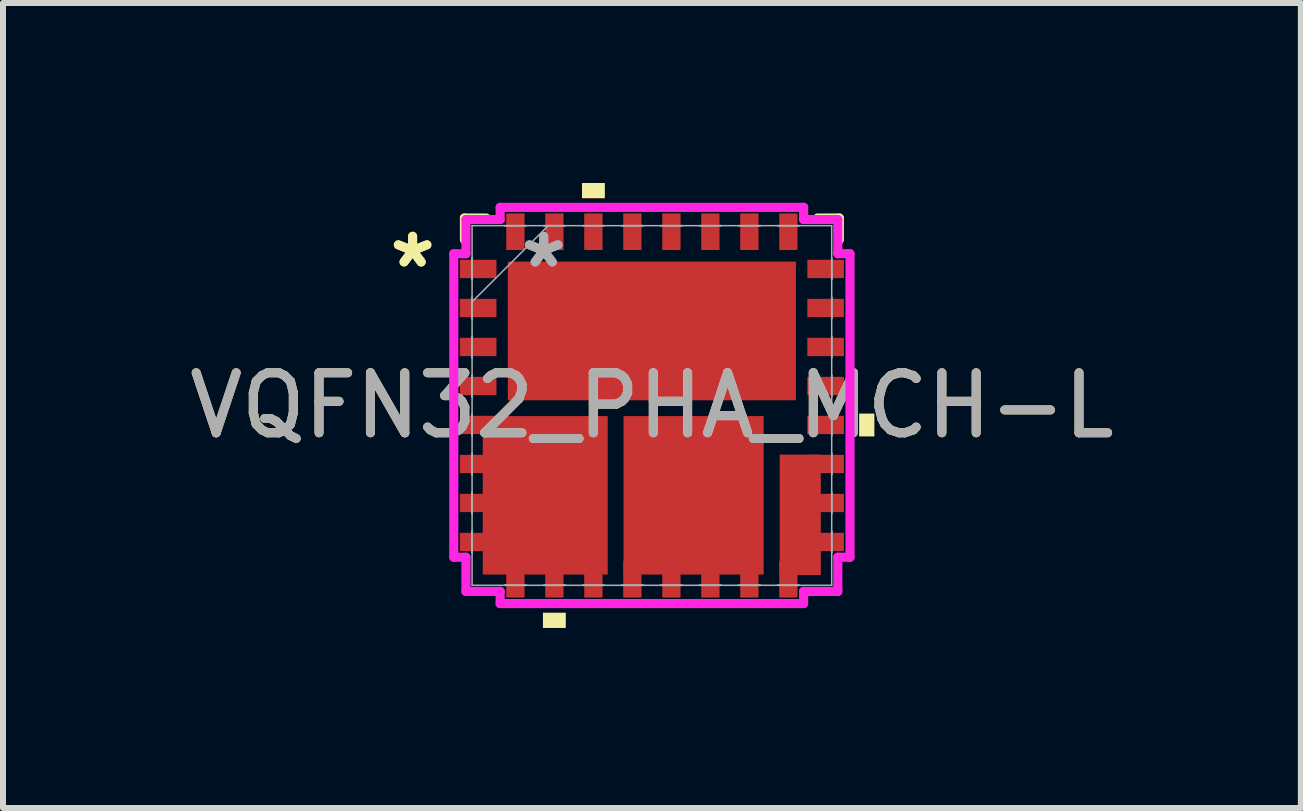
<source format=kicad_pcb>
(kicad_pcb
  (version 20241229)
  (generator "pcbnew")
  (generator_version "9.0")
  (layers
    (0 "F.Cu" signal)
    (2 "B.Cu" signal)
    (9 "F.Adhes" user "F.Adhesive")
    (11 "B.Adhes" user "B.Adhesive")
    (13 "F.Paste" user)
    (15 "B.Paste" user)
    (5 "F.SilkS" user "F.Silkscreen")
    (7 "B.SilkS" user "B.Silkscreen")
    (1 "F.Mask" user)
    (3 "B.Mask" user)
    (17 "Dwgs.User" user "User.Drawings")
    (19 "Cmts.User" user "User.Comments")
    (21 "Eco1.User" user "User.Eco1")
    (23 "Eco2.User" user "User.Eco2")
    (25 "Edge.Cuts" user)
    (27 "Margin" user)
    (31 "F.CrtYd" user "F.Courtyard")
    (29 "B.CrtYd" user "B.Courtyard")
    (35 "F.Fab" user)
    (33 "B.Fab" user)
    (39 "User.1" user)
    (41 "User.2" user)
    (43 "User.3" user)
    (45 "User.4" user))
  (footprint "VQFN32_PHA_MCH-L"
    (layer "F.Cu")
    (at 7.815 3.708)
    (property "Reference" "VQFN32_PHA_MCH-L" (at 0 0 0) (unlocked yes) (layer "F.SilkS") (effects (font (size 1 1) (thickness 0.15))))
    (attr smd)
    (fp_poly (pts (xy -2.819 0.177) (xy -0.736 0.177) (xy -0.736 2.818) (xy -2.819 2.818)) (stroke (width 0) (type solid)) (fill yes) (layer "F.Cu"))
    (fp_poly (pts (xy -0.473 0.177) (xy 1.863 0.177) (xy 1.863 2.818) (xy -0.473 2.818)) (stroke (width 0) (type solid)) (fill yes) (layer "F.Cu"))
    (fp_poly (pts (xy 2.13 0.819) (xy 2.815 0.819) (xy 2.815 2.826) (xy 2.13 2.826)) (stroke (width 0) (type solid)) (fill yes) (layer "F.Cu"))
    (fp_poly (pts (xy -2.819 0.177) (xy -0.736 0.177) (xy -0.736 2.818) (xy -2.819 2.818)) (stroke (width 0) (type solid)) (fill yes) (layer "F.Mask"))
    (fp_poly (pts (xy -0.473 0.177) (xy 1.863 0.177) (xy 1.863 2.818) (xy -0.473 2.818)) (stroke (width 0) (type solid)) (fill yes) (layer "F.Mask"))
    (fp_poly (pts (xy 2.13 0.819) (xy 2.815 0.819) (xy 2.815 2.826) (xy 2.13 2.826)) (stroke (width 0) (type solid)) (fill yes) (layer "F.Mask"))
    (fp_line (start -3.124 -3.124) (end -3.124 -2.76) (stroke (width 0.152) (type solid)) (layer "F.SilkS"))
    (fp_line (start -2.76 -3.124) (end -3.124 -3.124) (stroke (width 0.152) (type solid)) (layer "F.SilkS"))
    (fp_line (start 3.124 -3.124) (end 2.76 -3.124) (stroke (width 0.152) (type solid)) (layer "F.SilkS"))
    (fp_line (start 3.124 -2.76) (end 3.124 -3.124) (stroke (width 0.152) (type solid)) (layer "F.SilkS"))
    (fp_poly (pts (xy -1.816 3.454) (xy -1.816 3.708) (xy -1.435 3.708) (xy -1.435 3.454)) (stroke (width 0) (type solid)) (fill yes) (layer "F.SilkS"))
    (fp_poly (pts (xy -1.165 -3.454) (xy -1.165 -3.708) (xy -0.784 -3.708) (xy -0.784 -3.454)) (stroke (width 0) (type solid)) (fill yes) (layer "F.SilkS"))
    (fp_poly (pts (xy 3.708 0.135) (xy 3.708 0.516) (xy 3.454 0.516) (xy 3.454 0.135)) (stroke (width 0) (type solid)) (fill yes) (layer "F.SilkS"))
    (fp_poly (pts (xy -2.819 0.177) (xy -0.736 0.177) (xy -0.736 2.818) (xy -2.819 2.818)) (stroke (width 0) (type solid)) (fill yes) (layer "F.Paste"))
    (fp_poly (pts (xy -0.473 0.177) (xy 1.863 0.177) (xy 1.863 2.818) (xy -0.473 2.818)) (stroke (width 0) (type solid)) (fill yes) (layer "F.Paste"))
    (fp_poly (pts (xy 2.13 0.819) (xy 2.815 0.819) (xy 2.815 2.826) (xy 2.13 2.826)) (stroke (width 0) (type solid)) (fill yes) (layer "F.Paste"))
    (fp_line (start -3.302 -2.529) (end -3.099 -2.529) (stroke (width 0.152) (type solid)) (layer "F.CrtYd"))
    (fp_line (start -3.302 2.529) (end -3.302 -2.529) (stroke (width 0.152) (type solid)) (layer "F.CrtYd"))
    (fp_line (start -3.099 -3.099) (end -2.529 -3.099) (stroke (width 0.152) (type solid)) (layer "F.CrtYd"))
    (fp_line (start -3.099 -2.529) (end -3.099 -3.099) (stroke (width 0.152) (type solid)) (layer "F.CrtYd"))
    (fp_line (start -3.099 2.529) (end -3.302 2.529) (stroke (width 0.152) (type solid)) (layer "F.CrtYd"))
    (fp_line (start -3.099 3.099) (end -3.099 2.529) (stroke (width 0.152) (type solid)) (layer "F.CrtYd"))
    (fp_line (start -2.529 -3.302) (end 2.529 -3.302) (stroke (width 0.152) (type solid)) (layer "F.CrtYd"))
    (fp_line (start -2.529 -3.099) (end -2.529 -3.302) (stroke (width 0.152) (type solid)) (layer "F.CrtYd"))
    (fp_line (start -2.529 3.099) (end -3.099 3.099) (stroke (width 0.152) (type solid)) (layer "F.CrtYd"))
    (fp_line (start -2.529 3.302) (end -2.529 3.099) (stroke (width 0.152) (type solid)) (layer "F.CrtYd"))
    (fp_line (start 2.529 -3.302) (end 2.529 -3.099) (stroke (width 0.152) (type solid)) (layer "F.CrtYd"))
    (fp_line (start 2.529 -3.099) (end 3.099 -3.099) (stroke (width 0.152) (type solid)) (layer "F.CrtYd"))
    (fp_line (start 2.529 3.099) (end 2.529 3.302) (stroke (width 0.152) (type solid)) (layer "F.CrtYd"))
    (fp_line (start 2.529 3.302) (end -2.529 3.302) (stroke (width 0.152) (type solid)) (layer "F.CrtYd"))
    (fp_line (start 3.099 -3.099) (end 3.099 -2.529) (stroke (width 0.152) (type solid)) (layer "F.CrtYd"))
    (fp_line (start 3.099 -2.529) (end 3.302 -2.529) (stroke (width 0.152) (type solid)) (layer "F.CrtYd"))
    (fp_line (start 3.099 2.529) (end 3.099 3.099) (stroke (width 0.152) (type solid)) (layer "F.CrtYd"))
    (fp_line (start 3.099 3.099) (end 2.529 3.099) (stroke (width 0.152) (type solid)) (layer "F.CrtYd"))
    (fp_line (start 3.302 -2.529) (end 3.302 2.529) (stroke (width 0.152) (type solid)) (layer "F.CrtYd"))
    (fp_line (start 3.302 2.529) (end 3.099 2.529) (stroke (width 0.152) (type solid)) (layer "F.CrtYd"))
    (fp_line (start -2.997 -2.997) (end -2.997 2.997) (stroke (width 0.025) (type solid)) (layer "F.Fab"))
    (fp_line (start -2.997 -2.453) (end -2.997 -2.453) (stroke (width 0.025) (type solid)) (layer "F.Fab"))
    (fp_line (start -2.997 -2.453) (end -2.997 -2.097) (stroke (width 0.025) (type solid)) (layer "F.Fab"))
    (fp_line (start -2.997 -2.097) (end -2.997 -2.453) (stroke (width 0.025) (type solid)) (layer "F.Fab"))
    (fp_line (start -2.997 -2.097) (end -2.997 -2.097) (stroke (width 0.025) (type solid)) (layer "F.Fab"))
    (fp_line (start -2.997 -1.803) (end -2.997 -1.803) (stroke (width 0.025) (type solid)) (layer "F.Fab"))
    (fp_line (start -2.997 -1.803) (end -2.997 -1.447) (stroke (width 0.025) (type solid)) (layer "F.Fab"))
    (fp_line (start -2.997 -1.727) (end -1.727 -2.997) (stroke (width 0.025) (type solid)) (layer "F.Fab"))
    (fp_line (start -2.997 -1.447) (end -2.997 -1.803) (stroke (width 0.025) (type solid)) (layer "F.Fab"))
    (fp_line (start -2.997 -1.447) (end -2.997 -1.447) (stroke (width 0.025) (type solid)) (layer "F.Fab"))
    (fp_line (start -2.997 -1.153) (end -2.997 -1.153) (stroke (width 0.025) (type solid)) (layer "F.Fab"))
    (fp_line (start -2.997 -1.153) (end -2.997 -0.797) (stroke (width 0.025) (type solid)) (layer "F.Fab"))
    (fp_line (start -2.997 -0.797) (end -2.997 -1.153) (stroke (width 0.025) (type solid)) (layer "F.Fab"))
    (fp_line (start -2.997 -0.797) (end -2.997 -0.797) (stroke (width 0.025) (type solid)) (layer "F.Fab"))
    (fp_line (start -2.997 -0.503) (end -2.997 -0.503) (stroke (width 0.025) (type solid)) (layer "F.Fab"))
    (fp_line (start -2.997 -0.503) (end -2.997 -0.147) (stroke (width 0.025) (type solid)) (layer "F.Fab"))
    (fp_line (start -2.997 -0.147) (end -2.997 -0.503) (stroke (width 0.025) (type solid)) (layer "F.Fab"))
    (fp_line (start -2.997 -0.147) (end -2.997 -0.147) (stroke (width 0.025) (type solid)) (layer "F.Fab"))
    (fp_line (start -2.997 0.147) (end -2.997 0.147) (stroke (width 0.025) (type solid)) (layer "F.Fab"))
    (fp_line (start -2.997 0.147) (end -2.997 0.503) (stroke (width 0.025) (type solid)) (layer "F.Fab"))
    (fp_line (start -2.997 0.503) (end -2.997 0.147) (stroke (width 0.025) (type solid)) (layer "F.Fab"))
    (fp_line (start -2.997 0.503) (end -2.997 0.503) (stroke (width 0.025) (type solid)) (layer "F.Fab"))
    (fp_line (start -2.997 0.797) (end -2.997 0.797) (stroke (width 0.025) (type solid)) (layer "F.Fab"))
    (fp_line (start -2.997 0.797) (end -2.997 1.153) (stroke (width 0.025) (type solid)) (layer "F.Fab"))
    (fp_line (start -2.997 1.153) (end -2.997 0.797) (stroke (width 0.025) (type solid)) (layer "F.Fab"))
    (fp_line (start -2.997 1.153) (end -2.997 1.153) (stroke (width 0.025) (type solid)) (layer "F.Fab"))
    (fp_line (start -2.997 1.447) (end -2.997 1.447) (stroke (width 0.025) (type solid)) (layer "F.Fab"))
    (fp_line (start -2.997 1.447) (end -2.997 1.803) (stroke (width 0.025) (type solid)) (layer "F.Fab"))
    (fp_line (start -2.997 1.803) (end -2.997 1.447) (stroke (width 0.025) (type solid)) (layer "F.Fab"))
    (fp_line (start -2.997 1.803) (end -2.997 1.803) (stroke (width 0.025) (type solid)) (layer "F.Fab"))
    (fp_line (start -2.997 2.097) (end -2.997 2.097) (stroke (width 0.025) (type solid)) (layer "F.Fab"))
    (fp_line (start -2.997 2.097) (end -2.997 2.453) (stroke (width 0.025) (type solid)) (layer "F.Fab"))
    (fp_line (start -2.997 2.453) (end -2.997 2.097) (stroke (width 0.025) (type solid)) (layer "F.Fab"))
    (fp_line (start -2.997 2.453) (end -2.997 2.453) (stroke (width 0.025) (type solid)) (layer "F.Fab"))
    (fp_line (start -2.997 2.997) (end 2.997 2.997) (stroke (width 0.025) (type solid)) (layer "F.Fab"))
    (fp_line (start -2.453 -2.997) (end -2.453 -2.997) (stroke (width 0.025) (type solid)) (layer "F.Fab"))
    (fp_line (start -2.453 -2.997) (end -2.097 -2.997) (stroke (width 0.025) (type solid)) (layer "F.Fab"))
    (fp_line (start -2.453 2.997) (end -2.453 2.997) (stroke (width 0.025) (type solid)) (layer "F.Fab"))
    (fp_line (start -2.453 2.997) (end -2.097 2.997) (stroke (width 0.025) (type solid)) (layer "F.Fab"))
    (fp_line (start -2.097 -2.997) (end -2.453 -2.997) (stroke (width 0.025) (type solid)) (layer "F.Fab"))
    (fp_line (start -2.097 -2.997) (end -2.097 -2.997) (stroke (width 0.025) (type solid)) (layer "F.Fab"))
    (fp_line (start -2.097 2.997) (end -2.453 2.997) (stroke (width 0.025) (type solid)) (layer "F.Fab"))
    (fp_line (start -2.097 2.997) (end -2.097 2.997) (stroke (width 0.025) (type solid)) (layer "F.Fab"))
    (fp_line (start -1.803 -2.997) (end -1.803 -2.997) (stroke (width 0.025) (type solid)) (layer "F.Fab"))
    (fp_line (start -1.803 -2.997) (end -1.447 -2.997) (stroke (width 0.025) (type solid)) (layer "F.Fab"))
    (fp_line (start -1.803 2.997) (end -1.803 2.997) (stroke (width 0.025) (type solid)) (layer "F.Fab"))
    (fp_line (start -1.803 2.997) (end -1.447 2.997) (stroke (width 0.025) (type solid)) (layer "F.Fab"))
    (fp_line (start -1.447 -2.997) (end -1.803 -2.997) (stroke (width 0.025) (type solid)) (layer "F.Fab"))
    (fp_line (start -1.447 -2.997) (end -1.447 -2.997) (stroke (width 0.025) (type solid)) (layer "F.Fab"))
    (fp_line (start -1.447 2.997) (end -1.803 2.997) (stroke (width 0.025) (type solid)) (layer "F.Fab"))
    (fp_line (start -1.447 2.997) (end -1.447 2.997) (stroke (width 0.025) (type solid)) (layer "F.Fab"))
    (fp_line (start -1.153 -2.997) (end -1.153 -2.997) (stroke (width 0.025) (type solid)) (layer "F.Fab"))
    (fp_line (start -1.153 -2.997) (end -0.797 -2.997) (stroke (width 0.025) (type solid)) (layer "F.Fab"))
    (fp_line (start -1.153 2.997) (end -1.153 2.997) (stroke (width 0.025) (type solid)) (layer "F.Fab"))
    (fp_line (start -1.153 2.997) (end -0.797 2.997) (stroke (width 0.025) (type solid)) (layer "F.Fab"))
    (fp_line (start -0.797 -2.997) (end -1.153 -2.997) (stroke (width 0.025) (type solid)) (layer "F.Fab"))
    (fp_line (start -0.797 -2.997) (end -0.797 -2.997) (stroke (width 0.025) (type solid)) (layer "F.Fab"))
    (fp_line (start -0.797 2.997) (end -1.153 2.997) (stroke (width 0.025) (type solid)) (layer "F.Fab"))
    (fp_line (start -0.797 2.997) (end -0.797 2.997) (stroke (width 0.025) (type solid)) (layer "F.Fab"))
    (fp_line (start -0.503 -2.997) (end -0.503 -2.997) (stroke (width 0.025) (type solid)) (layer "F.Fab"))
    (fp_line (start -0.503 -2.997) (end -0.147 -2.997) (stroke (width 0.025) (type solid)) (layer "F.Fab"))
    (fp_line (start -0.503 2.997) (end -0.503 2.997) (stroke (width 0.025) (type solid)) (layer "F.Fab"))
    (fp_line (start -0.503 2.997) (end -0.147 2.997) (stroke (width 0.025) (type solid)) (layer "F.Fab"))
    (fp_line (start -0.147 -2.997) (end -0.503 -2.997) (stroke (width 0.025) (type solid)) (layer "F.Fab"))
    (fp_line (start -0.147 -2.997) (end -0.147 -2.997) (stroke (width 0.025) (type solid)) (layer "F.Fab"))
    (fp_line (start -0.147 2.997) (end -0.503 2.997) (stroke (width 0.025) (type solid)) (layer "F.Fab"))
    (fp_line (start -0.147 2.997) (end -0.147 2.997) (stroke (width 0.025) (type solid)) (layer "F.Fab"))
    (fp_line (start 0.147 -2.997) (end 0.147 -2.997) (stroke (width 0.025) (type solid)) (layer "F.Fab"))
    (fp_line (start 0.147 -2.997) (end 0.503 -2.997) (stroke (width 0.025) (type solid)) (layer "F.Fab"))
    (fp_line (start 0.147 2.997) (end 0.147 2.997) (stroke (width 0.025) (type solid)) (layer "F.Fab"))
    (fp_line (start 0.147 2.997) (end 0.503 2.997) (stroke (width 0.025) (type solid)) (layer "F.Fab"))
    (fp_line (start 0.503 -2.997) (end 0.147 -2.997) (stroke (width 0.025) (type solid)) (layer "F.Fab"))
    (fp_line (start 0.503 -2.997) (end 0.503 -2.997) (stroke (width 0.025) (type solid)) (layer "F.Fab"))
    (fp_line (start 0.503 2.997) (end 0.147 2.997) (stroke (width 0.025) (type solid)) (layer "F.Fab"))
    (fp_line (start 0.503 2.997) (end 0.503 2.997) (stroke (width 0.025) (type solid)) (layer "F.Fab"))
    (fp_line (start 0.797 -2.997) (end 0.797 -2.997) (stroke (width 0.025) (type solid)) (layer "F.Fab"))
    (fp_line (start 0.797 -2.997) (end 1.153 -2.997) (stroke (width 0.025) (type solid)) (layer "F.Fab"))
    (fp_line (start 0.797 2.997) (end 0.797 2.997) (stroke (width 0.025) (type solid)) (layer "F.Fab"))
    (fp_line (start 0.797 2.997) (end 1.153 2.997) (stroke (width 0.025) (type solid)) (layer "F.Fab"))
    (fp_line (start 1.153 -2.997) (end 0.797 -2.997) (stroke (width 0.025) (type solid)) (layer "F.Fab"))
    (fp_line (start 1.153 -2.997) (end 1.153 -2.997) (stroke (width 0.025) (type solid)) (layer "F.Fab"))
    (fp_line (start 1.153 2.997) (end 0.797 2.997) (stroke (width 0.025) (type solid)) (layer "F.Fab"))
    (fp_line (start 1.153 2.997) (end 1.153 2.997) (stroke (width 0.025) (type solid)) (layer "F.Fab"))
    (fp_line (start 1.447 -2.997) (end 1.447 -2.997) (stroke (width 0.025) (type solid)) (layer "F.Fab"))
    (fp_line (start 1.447 -2.997) (end 1.803 -2.997) (stroke (width 0.025) (type solid)) (layer "F.Fab"))
    (fp_line (start 1.447 2.997) (end 1.447 2.997) (stroke (width 0.025) (type solid)) (layer "F.Fab"))
    (fp_line (start 1.447 2.997) (end 1.803 2.997) (stroke (width 0.025) (type solid)) (layer "F.Fab"))
    (fp_line (start 1.803 -2.997) (end 1.447 -2.997) (stroke (width 0.025) (type solid)) (layer "F.Fab"))
    (fp_line (start 1.803 -2.997) (end 1.803 -2.997) (stroke (width 0.025) (type solid)) (layer "F.Fab"))
    (fp_line (start 1.803 2.997) (end 1.447 2.997) (stroke (width 0.025) (type solid)) (layer "F.Fab"))
    (fp_line (start 1.803 2.997) (end 1.803 2.997) (stroke (width 0.025) (type solid)) (layer "F.Fab"))
    (fp_line (start 2.097 -2.997) (end 2.097 -2.997) (stroke (width 0.025) (type solid)) (layer "F.Fab"))
    (fp_line (start 2.097 -2.997) (end 2.453 -2.997) (stroke (width 0.025) (type solid)) (layer "F.Fab"))
    (fp_line (start 2.097 2.997) (end 2.097 2.997) (stroke (width 0.025) (type solid)) (layer "F.Fab"))
    (fp_line (start 2.097 2.997) (end 2.453 2.997) (stroke (width 0.025) (type solid)) (layer "F.Fab"))
    (fp_line (start 2.453 -2.997) (end 2.097 -2.997) (stroke (width 0.025) (type solid)) (layer "F.Fab"))
    (fp_line (start 2.453 -2.997) (end 2.453 -2.997) (stroke (width 0.025) (type solid)) (layer "F.Fab"))
    (fp_line (start 2.453 2.997) (end 2.097 2.997) (stroke (width 0.025) (type solid)) (layer "F.Fab"))
    (fp_line (start 2.453 2.997) (end 2.453 2.997) (stroke (width 0.025) (type solid)) (layer "F.Fab"))
    (fp_line (start 2.997 -2.997) (end -2.997 -2.997) (stroke (width 0.025) (type solid)) (layer "F.Fab"))
    (fp_line (start 2.997 -2.453) (end 2.997 -2.453) (stroke (width 0.025) (type solid)) (layer "F.Fab"))
    (fp_line (start 2.997 -2.453) (end 2.997 -2.097) (stroke (width 0.025) (type solid)) (layer "F.Fab"))
    (fp_line (start 2.997 -2.097) (end 2.997 -2.453) (stroke (width 0.025) (type solid)) (layer "F.Fab"))
    (fp_line (start 2.997 -2.097) (end 2.997 -2.097) (stroke (width 0.025) (type solid)) (layer "F.Fab"))
    (fp_line (start 2.997 -1.803) (end 2.997 -1.803) (stroke (width 0.025) (type solid)) (layer "F.Fab"))
    (fp_line (start 2.997 -1.803) (end 2.997 -1.447) (stroke (width 0.025) (type solid)) (layer "F.Fab"))
    (fp_line (start 2.997 -1.447) (end 2.997 -1.803) (stroke (width 0.025) (type solid)) (layer "F.Fab"))
    (fp_line (start 2.997 -1.447) (end 2.997 -1.447) (stroke (width 0.025) (type solid)) (layer "F.Fab"))
    (fp_line (start 2.997 -1.153) (end 2.997 -1.153) (stroke (width 0.025) (type solid)) (layer "F.Fab"))
    (fp_line (start 2.997 -1.153) (end 2.997 -0.797) (stroke (width 0.025) (type solid)) (layer "F.Fab"))
    (fp_line (start 2.997 -0.797) (end 2.997 -1.153) (stroke (width 0.025) (type solid)) (layer "F.Fab"))
    (fp_line (start 2.997 -0.797) (end 2.997 -0.797) (stroke (width 0.025) (type solid)) (layer "F.Fab"))
    (fp_line (start 2.997 -0.503) (end 2.997 -0.503) (stroke (width 0.025) (type solid)) (layer "F.Fab"))
    (fp_line (start 2.997 -0.503) (end 2.997 -0.147) (stroke (width 0.025) (type solid)) (layer "F.Fab"))
    (fp_line (start 2.997 -0.147) (end 2.997 -0.503) (stroke (width 0.025) (type solid)) (layer "F.Fab"))
    (fp_line (start 2.997 -0.147) (end 2.997 -0.147) (stroke (width 0.025) (type solid)) (layer "F.Fab"))
    (fp_line (start 2.997 0.147) (end 2.997 0.147) (stroke (width 0.025) (type solid)) (layer "F.Fab"))
    (fp_line (start 2.997 0.147) (end 2.997 0.503) (stroke (width 0.025) (type solid)) (layer "F.Fab"))
    (fp_line (start 2.997 0.503) (end 2.997 0.147) (stroke (width 0.025) (type solid)) (layer "F.Fab"))
    (fp_line (start 2.997 0.503) (end 2.997 0.503) (stroke (width 0.025) (type solid)) (layer "F.Fab"))
    (fp_line (start 2.997 0.797) (end 2.997 0.797) (stroke (width 0.025) (type solid)) (layer "F.Fab"))
    (fp_line (start 2.997 0.797) (end 2.997 1.153) (stroke (width 0.025) (type solid)) (layer "F.Fab"))
    (fp_line (start 2.997 1.153) (end 2.997 0.797) (stroke (width 0.025) (type solid)) (layer "F.Fab"))
    (fp_line (start 2.997 1.153) (end 2.997 1.153) (stroke (width 0.025) (type solid)) (layer "F.Fab"))
    (fp_line (start 2.997 1.447) (end 2.997 1.447) (stroke (width 0.025) (type solid)) (layer "F.Fab"))
    (fp_line (start 2.997 1.447) (end 2.997 1.803) (stroke (width 0.025) (type solid)) (layer "F.Fab"))
    (fp_line (start 2.997 1.803) (end 2.997 1.447) (stroke (width 0.025) (type solid)) (layer "F.Fab"))
    (fp_line (start 2.997 1.803) (end 2.997 1.803) (stroke (width 0.025) (type solid)) (layer "F.Fab"))
    (fp_line (start 2.997 2.097) (end 2.997 2.097) (stroke (width 0.025) (type solid)) (layer "F.Fab"))
    (fp_line (start 2.997 2.097) (end 2.997 2.453) (stroke (width 0.025) (type solid)) (layer "F.Fab"))
    (fp_line (start 2.997 2.453) (end 2.997 2.097) (stroke (width 0.025) (type solid)) (layer "F.Fab"))
    (fp_line (start 2.997 2.453) (end 2.997 2.453) (stroke (width 0.025) (type solid)) (layer "F.Fab"))
    (fp_line (start 2.997 2.997) (end 2.997 -2.997) (stroke (width 0.025) (type solid)) (layer "F.Fab"))
    (fp_text user "*" (at -3.988 -2.275 0) (unlocked yes) (layer "F.SilkS") (effects (font (size 1 1) (thickness 0.15))))
    (fp_text user "*" (at -3.988 -2.275 0) (layer "F.SilkS") (effects (font (size 1 1) (thickness 0.15))))
    (fp_text user "${REFERENCE}" (at 0 0 0) (unlocked yes) (layer "F.Fab") (effects (font (size 1 1) (thickness 0.15))))
    (fp_text user "*" (at -1.803 -2.275 0) (layer "F.Fab") (effects (font (size 1 1) (thickness 0.15))))
    (fp_text user "*" (at -1.803 -2.275 0) (unlocked yes) (layer "F.Fab") (effects (font (size 1 1) (thickness 0.15))))
    (pad "1" smd rect (at -2.896 -2.275 90) (size 0.305 0.61) (layers "F.Cu" "F.Mask" "F.Paste"))
    (pad "2" smd rect (at -2.896 -1.625 90) (size 0.305 0.61) (layers "F.Cu" "F.Mask" "F.Paste"))
    (pad "3" smd rect (at -2.896 -0.975 90) (size 0.305 0.61) (layers "F.Cu" "F.Mask" "F.Paste"))
    (pad "4" smd rect (at -2.896 -0.325 90) (size 0.305 0.61) (layers "F.Cu" "F.Mask" "F.Paste"))
    (pad "5" smd rect (at -2.896 0.325 90) (size 0.305 0.61) (layers "F.Cu" "F.Mask" "F.Paste"))
    (pad "6" smd rect (at -2.896 0.975 90) (size 0.305 0.61) (layers "F.Cu" "F.Mask" "F.Paste"))
    (pad "7" smd rect (at -2.896 1.625 90) (size 0.305 0.61) (layers "F.Cu" "F.Mask" "F.Paste"))
    (pad "8" smd rect (at -2.896 2.275 90) (size 0.305 0.61) (layers "F.Cu" "F.Mask" "F.Paste"))
    (pad "9" smd rect (at -2.275 2.896) (size 0.305 0.61) (layers "F.Cu" "F.Mask" "F.Paste"))
    (pad "10" smd rect (at -1.625 2.896) (size 0.305 0.61) (layers "F.Cu" "F.Mask" "F.Paste"))
    (pad "11" smd rect (at -0.975 2.896) (size 0.305 0.61) (layers "F.Cu" "F.Mask" "F.Paste"))
    (pad "12" smd rect (at -0.325 2.896) (size 0.305 0.61) (layers "F.Cu" "F.Mask" "F.Paste"))
    (pad "13" smd rect (at 0.325 2.896) (size 0.305 0.61) (layers "F.Cu" "F.Mask" "F.Paste"))
    (pad "14" smd rect (at 0.975 2.896) (size 0.305 0.61) (layers "F.Cu" "F.Mask" "F.Paste"))
    (pad "15" smd rect (at 1.625 2.896) (size 0.305 0.61) (layers "F.Cu" "F.Mask" "F.Paste"))
    (pad "16" smd rect (at 2.275 2.896) (size 0.305 0.61) (layers "F.Cu" "F.Mask" "F.Paste"))
    (pad "17" smd rect (at 2.896 2.275 90) (size 0.305 0.61) (layers "F.Cu" "F.Mask" "F.Paste"))
    (pad "18" smd rect (at 2.896 1.625 90) (size 0.305 0.61) (layers "F.Cu" "F.Mask" "F.Paste"))
    (pad "19" smd rect (at 2.896 0.975 90) (size 0.305 0.61) (layers "F.Cu" "F.Mask" "F.Paste"))
    (pad "20" smd rect (at 2.896 0.325 90) (size 0.305 0.61) (layers "F.Cu" "F.Mask" "F.Paste"))
    (pad "21" smd rect (at 2.896 -0.325 90) (size 0.305 0.61) (layers "F.Cu" "F.Mask" "F.Paste"))
    (pad "22" smd rect (at 2.896 -0.975 90) (size 0.305 0.61) (layers "F.Cu" "F.Mask" "F.Paste"))
    (pad "23" smd rect (at 2.896 -1.625 90) (size 0.305 0.61) (layers "F.Cu" "F.Mask" "F.Paste"))
    (pad "24" smd rect (at 2.896 -2.275 90) (size 0.305 0.61) (layers "F.Cu" "F.Mask" "F.Paste"))
    (pad "25" smd rect (at 2.275 -2.896) (size 0.305 0.61) (layers "F.Cu" "F.Mask" "F.Paste"))
    (pad "26" smd rect (at 1.625 -2.896) (size 0.305 0.61) (layers "F.Cu" "F.Mask" "F.Paste"))
    (pad "27" smd rect (at 0.975 -2.896) (size 0.305 0.61) (layers "F.Cu" "F.Mask" "F.Paste"))
    (pad "28" smd rect (at 0.325 -2.896) (size 0.305 0.61) (layers "F.Cu" "F.Mask" "F.Paste"))
    (pad "29" smd rect (at -0.325 -2.896) (size 0.305 0.61) (layers "F.Cu" "F.Mask" "F.Paste"))
    (pad "30" smd rect (at -0.975 -2.896) (size 0.305 0.61) (layers "F.Cu" "F.Mask" "F.Paste"))
    (pad "31" smd rect (at -1.625 -2.896) (size 0.305 0.61) (layers "F.Cu" "F.Mask" "F.Paste"))
    (pad "32" smd rect (at -2.275 -2.896) (size 0.305 0.61) (layers "F.Cu" "F.Mask" "F.Paste"))
    (pad "33" smd rect (at 0 -1.242) (size 4.801 2.311) (layers "F.Cu" "F.Mask" "F.Paste")))
  (gr_rect
    (start -3 -3)
    (end 18.631 10.417)
    (stroke (width 0.1) (type default))
    (fill no)
    (layer "Edge.Cuts")))
</source>
